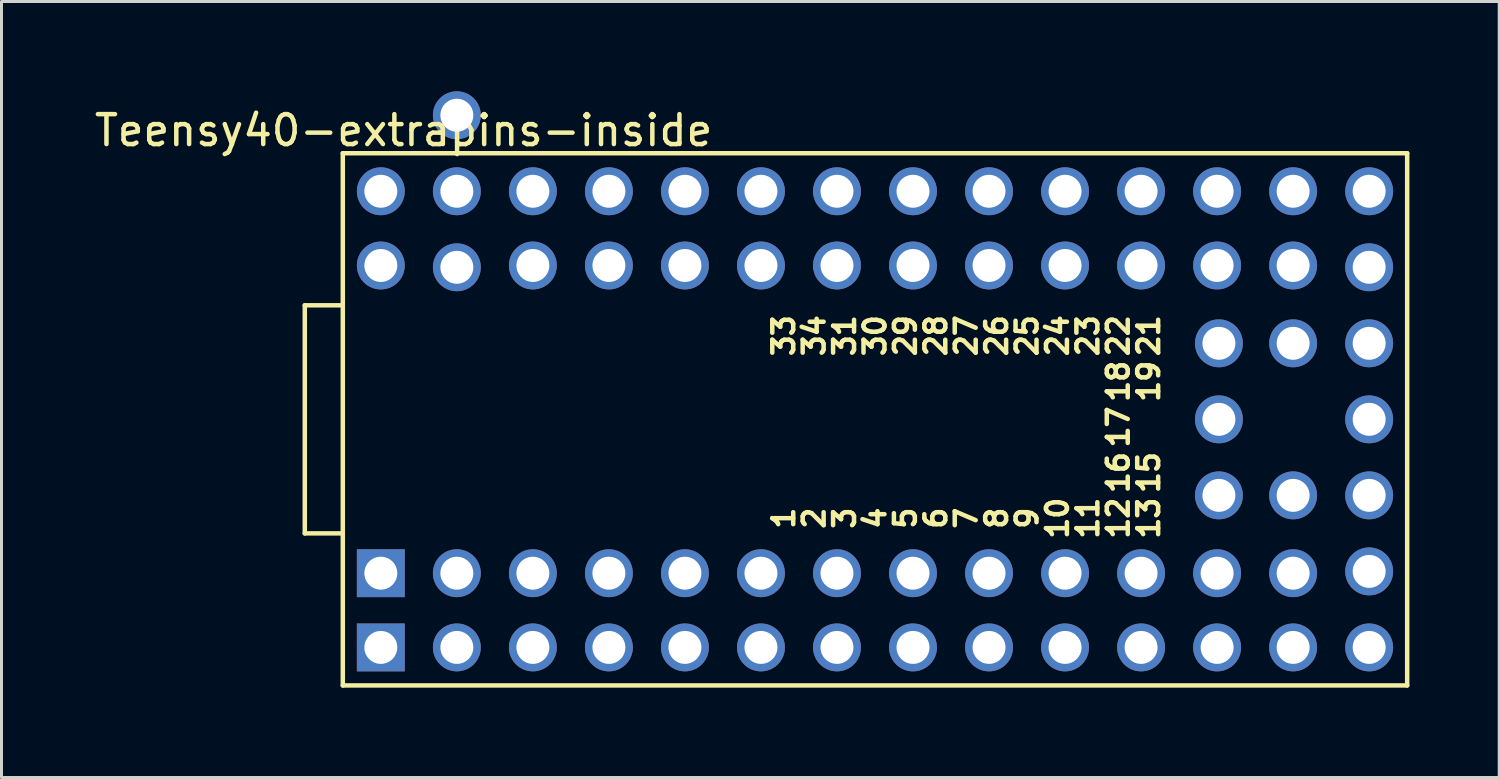
<source format=kicad_pcb>
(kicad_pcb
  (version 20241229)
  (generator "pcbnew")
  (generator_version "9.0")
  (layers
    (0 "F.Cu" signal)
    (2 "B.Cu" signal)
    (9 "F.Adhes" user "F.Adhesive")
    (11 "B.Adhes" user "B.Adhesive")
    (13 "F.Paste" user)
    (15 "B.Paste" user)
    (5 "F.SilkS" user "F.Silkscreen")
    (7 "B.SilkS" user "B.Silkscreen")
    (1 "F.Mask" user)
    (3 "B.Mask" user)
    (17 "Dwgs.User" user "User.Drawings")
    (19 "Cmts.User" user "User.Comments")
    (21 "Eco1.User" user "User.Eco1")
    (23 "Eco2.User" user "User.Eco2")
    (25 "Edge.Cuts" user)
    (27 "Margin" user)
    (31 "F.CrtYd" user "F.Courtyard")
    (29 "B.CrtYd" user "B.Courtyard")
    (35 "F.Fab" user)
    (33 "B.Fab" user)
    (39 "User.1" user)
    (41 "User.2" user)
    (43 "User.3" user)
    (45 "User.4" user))
  (footprint "Teensy40-extrapins-inside"
    (layer "F.Cu")
    (at 26.183 10.96)
    (property "Reference" "Teensy40-extrapins-inside" (at -15.748 -9.652 0) (layer "F.SilkS") (effects (font (size 1 1) (thickness 0.15))))
    (attr through_hole)
    (fp_line (start -19.05 -3.81) (end -17.78 -3.81) (stroke (width 0.15) (type solid)) (layer "F.SilkS"))
    (fp_line (start -19.05 3.81) (end -19.05 -3.81) (stroke (width 0.15) (type solid)) (layer "F.SilkS"))
    (fp_line (start -17.78 -8.89) (end 17.78 -8.89) (stroke (width 0.15) (type solid)) (layer "F.SilkS"))
    (fp_line (start -17.78 3.81) (end -19.05 3.81) (stroke (width 0.15) (type solid)) (layer "F.SilkS"))
    (fp_line (start -17.78 8.89) (end -17.78 -8.89) (stroke (width 0.15) (type solid)) (layer "F.SilkS"))
    (fp_line (start 17.78 -8.89) (end 17.78 8.89) (stroke (width 0.15) (type solid)) (layer "F.SilkS"))
    (fp_line (start 17.78 8.89) (end -17.78 8.89) (stroke (width 0.15) (type solid)) (layer "F.SilkS"))
    (fp_text user "12" (at 8.128 3.302 90) (layer "F.SilkS") (effects (font (size 0.7 0.7) (thickness 0.15))))
    (fp_text user "7" (at 3.048 3.302 90) (layer "F.SilkS") (effects (font (size 0.7 0.7) (thickness 0.15))))
    (fp_text user "16" (at 8.128 1.778 90) (layer "F.SilkS") (effects (font (size 0.7 0.7) (thickness 0.15))))
    (fp_text user "22" (at 8.128 -2.794 90) (layer "F.SilkS") (effects (font (size 0.7 0.7) (thickness 0.15))))
    (fp_text user "29" (at 1.016 -2.794 90) (layer "F.SilkS") (effects (font (size 0.7 0.7) (thickness 0.15))))
    (fp_text user "4" (at 0 3.302 90) (layer "F.SilkS") (effects (font (size 0.7 0.7) (thickness 0.15))))
    (fp_text user "8" (at 4.064 3.302 90) (layer "F.SilkS") (effects (font (size 0.7 0.7) (thickness 0.15))))
    (fp_text user "6" (at 2.032 3.302 90) (layer "F.SilkS") (effects (font (size 0.7 0.7) (thickness 0.15))))
    (fp_text user "18" (at 8.128 -1.27 90) (layer "F.SilkS") (effects (font (size 0.7 0.7) (thickness 0.15))))
    (fp_text user "15" (at 9.144 1.778 90) (layer "F.SilkS") (effects (font (size 0.7 0.7) (thickness 0.15))))
    (fp_text user "11" (at 7.112 3.302 90) (layer "F.SilkS") (effects (font (size 0.7 0.7) (thickness 0.15))))
    (fp_text user "25" (at 5.08 -2.794 90) (layer "F.SilkS") (effects (font (size 0.7 0.7) (thickness 0.15))))
    (fp_text user "26" (at 4.064 -2.794 90) (layer "F.SilkS") (effects (font (size 0.7 0.7) (thickness 0.15))))
    (fp_text user "30" (at 0 -2.794 90) (layer "F.SilkS") (effects (font (size 0.7 0.7) (thickness 0.15))))
    (fp_text user "19" (at 9.144 -1.27 90) (layer "F.SilkS") (effects (font (size 0.7 0.7) (thickness 0.15))))
    (fp_text user "34" (at -2.032 -2.794 90) (layer "F.SilkS") (effects (font (size 0.7 0.7) (thickness 0.15))))
    (fp_text user "10" (at 6.096 3.302 90) (layer "F.SilkS") (effects (font (size 0.7 0.7) (thickness 0.15))))
    (fp_text user "9" (at 5.08 3.302 90) (layer "F.SilkS") (effects (font (size 0.7 0.7) (thickness 0.15))))
    (fp_text user "17" (at 8.128 0.254 90) (layer "F.SilkS") (effects (font (size 0.7 0.7) (thickness 0.15))))
    (fp_text user "2" (at -2.032 3.302 90) (layer "F.SilkS") (effects (font (size 0.7 0.7) (thickness 0.15))))
    (fp_text user "1" (at -3.048 3.302 90) (layer "F.SilkS") (effects (font (size 0.7 0.7) (thickness 0.15))))
    (fp_text user "31" (at -1.016 -2.794 90) (layer "F.SilkS") (effects (font (size 0.7 0.7) (thickness 0.15))))
    (fp_text user "21" (at 9.144 -2.794 90) (layer "F.SilkS") (effects (font (size 0.7 0.7) (thickness 0.15))))
    (fp_text user "24" (at 6.096 -2.794 90) (layer "F.SilkS") (effects (font (size 0.7 0.7) (thickness 0.15))))
    (fp_text user "33" (at -3.048 -2.794 270) (layer "F.SilkS") (effects (font (size 0.7 0.7) (thickness 0.15))))
    (fp_text user "28" (at 2.032 -2.794 90) (layer "F.SilkS") (effects (font (size 0.7 0.7) (thickness 0.15))))
    (fp_text user "13" (at 9.144 3.302 90) (layer "F.SilkS") (effects (font (size 0.7 0.7) (thickness 0.15))))
    (fp_text user "3" (at -1.016 3.302 90) (layer "F.SilkS") (effects (font (size 0.7 0.7) (thickness 0.15))))
    (fp_text user "5" (at 1.016 3.302 90) (layer "F.SilkS") (effects (font (size 0.7 0.7) (thickness 0.15))))
    (fp_text user "27" (at 3.048 -2.794 90) (layer "F.SilkS") (effects (font (size 0.7 0.7) (thickness 0.15))))
    (fp_text user "23" (at 7.112 -2.794 90) (layer "F.SilkS") (effects (font (size 0.7 0.7) (thickness 0.15))))
    (pad "1" thru_hole rect (at -16.51 5.14) (size 1.6 1.6) (drill 1.1) (layers "*.Cu" "*.Mask"))
    (pad "1" thru_hole rect (at -16.51 7.62) (size 1.6 1.6) (drill 1.1) (layers "*.Cu" "*.Mask"))
    (pad "2" thru_hole circle (at -13.97 5.14) (size 1.6 1.6) (drill 1.1) (layers "*.Cu" "*.Mask"))
    (pad "2" thru_hole circle (at -13.97 7.62) (size 1.6 1.6) (drill 1.1) (layers "*.Cu" "*.Mask"))
    (pad "3" thru_hole circle (at -11.43 5.14) (size 1.6 1.6) (drill 1.1) (layers "*.Cu" "*.Mask"))
    (pad "3" thru_hole circle (at -11.43 7.62) (size 1.6 1.6) (drill 1.1) (layers "*.Cu" "*.Mask"))
    (pad "4" thru_hole circle (at -8.89 5.14) (size 1.6 1.6) (drill 1.1) (layers "*.Cu" "*.Mask"))
    (pad "4" thru_hole circle (at -8.89 7.62) (size 1.6 1.6) (drill 1.1) (layers "*.Cu" "*.Mask"))
    (pad "5" thru_hole circle (at -6.35 5.14) (size 1.6 1.6) (drill 1.1) (layers "*.Cu" "*.Mask"))
    (pad "5" thru_hole circle (at -6.35 7.62) (size 1.6 1.6) (drill 1.1) (layers "*.Cu" "*.Mask"))
    (pad "6" thru_hole circle (at -3.81 5.14) (size 1.6 1.6) (drill 1.1) (layers "*.Cu" "*.Mask"))
    (pad "6" thru_hole circle (at -3.81 7.62) (size 1.6 1.6) (drill 1.1) (layers "*.Cu" "*.Mask"))
    (pad "7" thru_hole circle (at -1.27 5.14) (size 1.6 1.6) (drill 1.1) (layers "*.Cu" "*.Mask"))
    (pad "7" thru_hole circle (at -1.27 7.62) (size 1.6 1.6) (drill 1.1) (layers "*.Cu" "*.Mask"))
    (pad "8" thru_hole circle (at 1.27 5.14) (size 1.6 1.6) (drill 1.1) (layers "*.Cu" "*.Mask"))
    (pad "8" thru_hole circle (at 1.27 7.62) (size 1.6 1.6) (drill 1.1) (layers "*.Cu" "*.Mask"))
    (pad "9" thru_hole circle (at 3.81 5.14) (size 1.6 1.6) (drill 1.1) (layers "*.Cu" "*.Mask"))
    (pad "9" thru_hole circle (at 3.81 7.62) (size 1.6 1.6) (drill 1.1) (layers "*.Cu" "*.Mask"))
    (pad "10" thru_hole circle (at 6.35 5.14) (size 1.6 1.6) (drill 1.1) (layers "*.Cu" "*.Mask"))
    (pad "10" thru_hole circle (at 6.35 7.62) (size 1.6 1.6) (drill 1.1) (layers "*.Cu" "*.Mask"))
    (pad "11" thru_hole circle (at 8.89 5.14) (size 1.6 1.6) (drill 1.1) (layers "*.Cu" "*.Mask"))
    (pad "11" thru_hole circle (at 8.89 7.62) (size 1.6 1.6) (drill 1.1) (layers "*.Cu" "*.Mask"))
    (pad "12" thru_hole circle (at 11.43 5.14) (size 1.6 1.6) (drill 1.1) (layers "*.Cu" "*.Mask"))
    (pad "12" thru_hole circle (at 11.43 7.62) (size 1.6 1.6) (drill 1.1) (layers "*.Cu" "*.Mask"))
    (pad "13" thru_hole circle (at 13.97 5.14) (size 1.6 1.6) (drill 1.1) (layers "*.Cu" "*.Mask"))
    (pad "13" thru_hole circle (at 13.97 7.62) (size 1.6 1.6) (drill 1.1) (layers "*.Cu" "*.Mask"))
    (pad "14" thru_hole circle (at 16.51 7.62) (size 1.6 1.6) (drill 1.1) (layers "*.Cu" "*.Mask"))
    (pad "15" thru_hole circle (at 13.97 2.54) (size 1.6 1.6) (drill 1.1) (layers "*.Cu" "*.Mask"))
    (pad "15" thru_hole circle (at 16.51 5.08) (size 1.6 1.6) (drill 1.1) (layers "*.Cu" "*.Mask"))
    (pad "16" thru_hole circle (at 11.49 2.54) (size 1.6 1.6) (drill 1.1) (layers "*.Cu" "*.Mask"))
    (pad "16" thru_hole circle (at 16.51 2.54) (size 1.6 1.6) (drill 1.1) (layers "*.Cu" "*.Mask"))
    (pad "17" thru_hole circle (at 11.49 0) (size 1.6 1.6) (drill 1.1) (layers "*.Cu" "*.Mask"))
    (pad "17" thru_hole circle (at 16.51 0) (size 1.6 1.6) (drill 1.1) (layers "*.Cu" "*.Mask"))
    (pad "18" thru_hole circle (at 11.49 -2.54) (size 1.6 1.6) (drill 1.1) (layers "*.Cu" "*.Mask"))
    (pad "18" thru_hole circle (at 16.51 -2.54) (size 1.6 1.6) (drill 1.1) (layers "*.Cu" "*.Mask"))
    (pad "19" thru_hole circle (at 13.97 -2.54) (size 1.6 1.6) (drill 1.1) (layers "*.Cu" "*.Mask"))
    (pad "19" thru_hole circle (at 16.51 -5.08) (size 1.6 1.6) (drill 1.1) (layers "*.Cu" "*.Mask"))
    (pad "20" thru_hole circle (at 16.51 -7.62) (size 1.6 1.6) (drill 1.1) (layers "*.Cu" "*.Mask"))
    (pad "21" thru_hole circle (at 13.97 -7.62) (size 1.6 1.6) (drill 1.1) (layers "*.Cu" "*.Mask"))
    (pad "21" thru_hole circle (at 13.97 -5.14) (size 1.6 1.6) (drill 1.1) (layers "*.Cu" "*.Mask"))
    (pad "22" thru_hole circle (at 11.43 -7.62) (size 1.6 1.6) (drill 1.1) (layers "*.Cu" "*.Mask"))
    (pad "22" thru_hole circle (at 11.43 -5.14) (size 1.6 1.6) (drill 1.1) (layers "*.Cu" "*.Mask"))
    (pad "23" thru_hole circle (at 8.89 -7.62) (size 1.6 1.6) (drill 1.1) (layers "*.Cu" "*.Mask"))
    (pad "23" thru_hole circle (at 8.89 -5.14) (size 1.6 1.6) (drill 1.1) (layers "*.Cu" "*.Mask"))
    (pad "24" thru_hole circle (at 6.35 -7.62) (size 1.6 1.6) (drill 1.1) (layers "*.Cu" "*.Mask"))
    (pad "24" thru_hole circle (at 6.35 -5.14) (size 1.6 1.6) (drill 1.1) (layers "*.Cu" "*.Mask"))
    (pad "25" thru_hole circle (at 3.81 -7.62) (size 1.6 1.6) (drill 1.1) (layers "*.Cu" "*.Mask"))
    (pad "25" thru_hole circle (at 3.81 -5.14) (size 1.6 1.6) (drill 1.1) (layers "*.Cu" "*.Mask"))
    (pad "26" thru_hole circle (at 1.27 -7.62) (size 1.6 1.6) (drill 1.1) (layers "*.Cu" "*.Mask"))
    (pad "26" thru_hole circle (at 1.27 -5.14) (size 1.6 1.6) (drill 1.1) (layers "*.Cu" "*.Mask"))
    (pad "27" thru_hole circle (at -1.27 -7.62) (size 1.6 1.6) (drill 1.1) (layers "*.Cu" "*.Mask"))
    (pad "27" thru_hole circle (at -1.27 -5.14) (size 1.6 1.6) (drill 1.1) (layers "*.Cu" "*.Mask"))
    (pad "28" thru_hole circle (at -3.81 -7.62) (size 1.6 1.6) (drill 1.1) (layers "*.Cu" "*.Mask"))
    (pad "28" thru_hole circle (at -3.81 -5.14) (size 1.6 1.6) (drill 1.1) (layers "*.Cu" "*.Mask"))
    (pad "29" thru_hole circle (at -6.35 -7.62) (size 1.6 1.6) (drill 1.1) (layers "*.Cu" "*.Mask"))
    (pad "29" thru_hole circle (at -6.35 -5.14) (size 1.6 1.6) (drill 1.1) (layers "*.Cu" "*.Mask"))
    (pad "30" thru_hole circle (at -8.89 -7.62) (size 1.6 1.6) (drill 1.1) (layers "*.Cu" "*.Mask"))
    (pad "30" thru_hole circle (at -8.89 -5.14) (size 1.6 1.6) (drill 1.1) (layers "*.Cu" "*.Mask"))
    (pad "31" thru_hole circle (at -11.43 -7.62) (size 1.6 1.6) (drill 1.1) (layers "*.Cu" "*.Mask"))
    (pad "31" thru_hole circle (at -11.43 -5.14) (size 1.6 1.6) (drill 1.1) (layers "*.Cu" "*.Mask"))
    (pad "32" thru_hole circle (at -13.97 -10.16) (size 1.6 1.6) (drill 1.1) (layers "*.Cu" "*.Mask"))
    (pad "32" thru_hole circle (at -13.97 -7.62) (size 1.6 1.6) (drill 1.1) (layers "*.Cu" "*.Mask"))
    (pad "33" thru_hole circle (at -16.51 -7.62) (size 1.6 1.6) (drill 1.1) (layers "*.Cu" "*.Mask"))
    (pad "33" thru_hole circle (at -16.51 -5.14) (size 1.6 1.6) (drill 1.1) (layers "*.Cu" "*.Mask"))
    (pad "34" thru_hole circle (at -13.97 -5.08) (size 1.6 1.6) (drill 1.1) (layers "*.Cu" "*.Mask")))
  (gr_rect
    (start -3 -3)
    (end 47.038 22.925)
    (stroke (width 0.1) (type default))
    (fill no)
    (layer "Edge.Cuts")))
</source>
